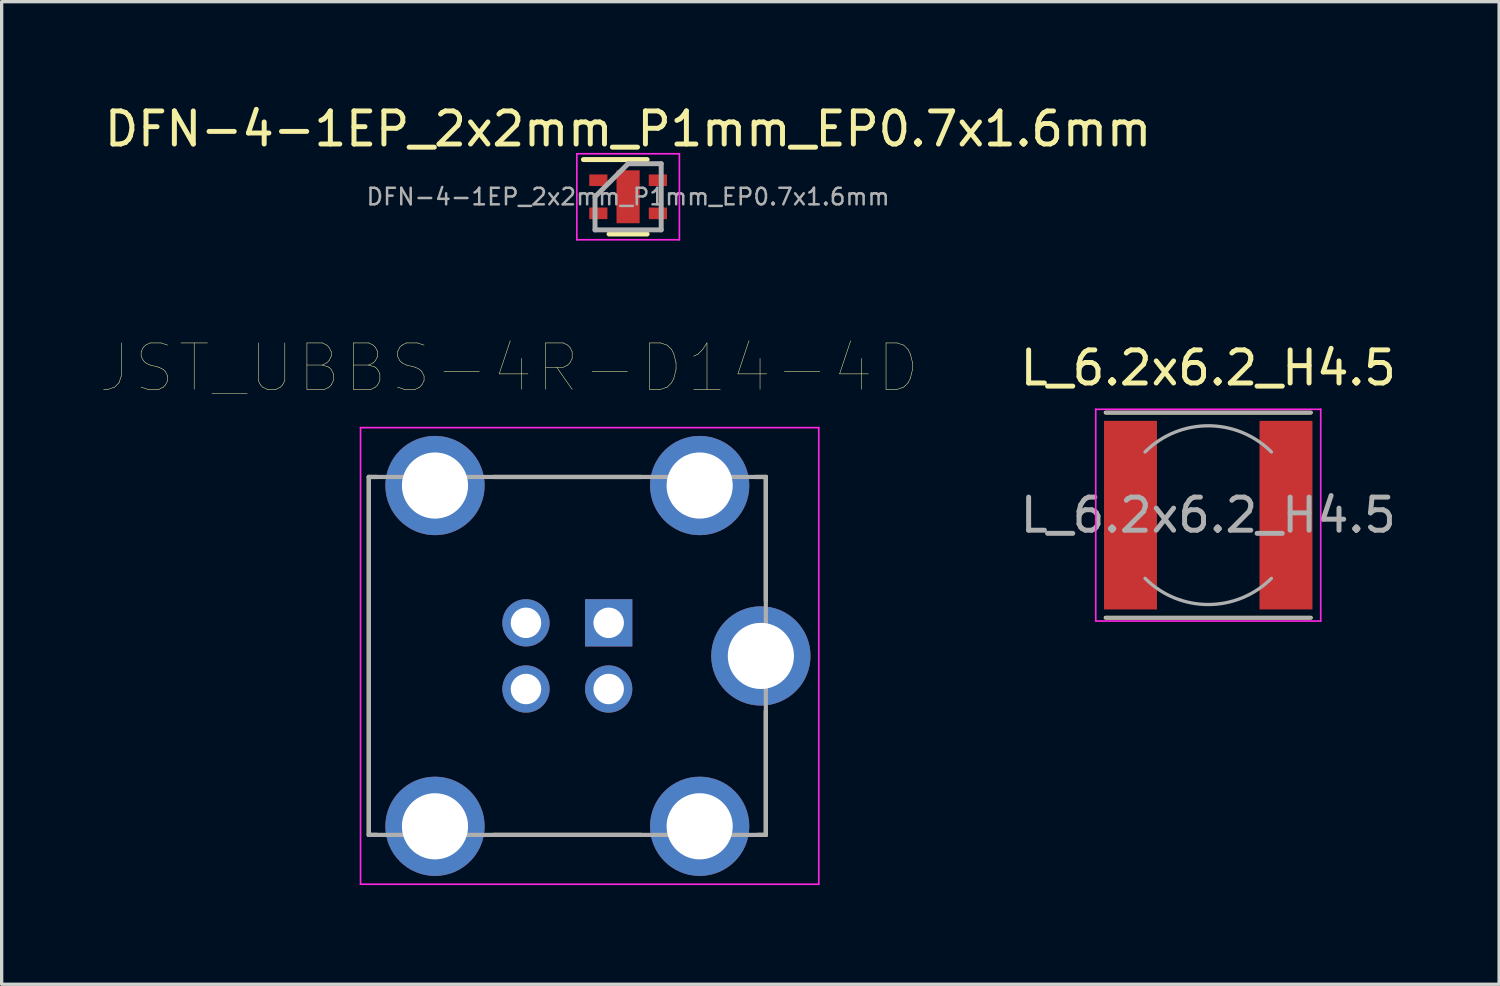
<source format=kicad_pcb>
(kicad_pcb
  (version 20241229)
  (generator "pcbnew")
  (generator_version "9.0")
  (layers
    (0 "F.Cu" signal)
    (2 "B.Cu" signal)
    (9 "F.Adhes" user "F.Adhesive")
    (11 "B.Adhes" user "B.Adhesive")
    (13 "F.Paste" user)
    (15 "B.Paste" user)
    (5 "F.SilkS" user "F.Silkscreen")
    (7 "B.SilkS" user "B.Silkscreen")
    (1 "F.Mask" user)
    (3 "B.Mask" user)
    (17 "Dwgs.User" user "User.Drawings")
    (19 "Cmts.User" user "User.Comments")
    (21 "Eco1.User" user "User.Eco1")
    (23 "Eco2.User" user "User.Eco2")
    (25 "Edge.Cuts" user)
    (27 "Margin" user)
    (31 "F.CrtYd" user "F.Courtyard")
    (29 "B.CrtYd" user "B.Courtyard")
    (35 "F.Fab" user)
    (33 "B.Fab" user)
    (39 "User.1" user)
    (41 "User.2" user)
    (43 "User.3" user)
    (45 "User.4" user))
  (footprint "JST_UBBS-4R-D14-4D"
    (layer "F.Cu")
    (at 14.098 16.776)
    (property "Reference" "JST_UBBS-4R-D14-4D" (at -1.758 -8.706 0) (layer "F.SilkS") (effects (font (size 1.403 1.403) (thickness 0.015))))
    (attr through_hole)
    (fp_line (start -6 -5.41) (end -6 5.41) (stroke (width 0.127) (type solid)) (layer "F.SilkS"))
    (fp_line (start -6 5.41) (end -5.76 5.41) (stroke (width 0.127) (type solid)) (layer "F.SilkS"))
    (fp_line (start -5.75 -5.41) (end -6 -5.41) (stroke (width 0.127) (type solid)) (layer "F.SilkS"))
    (fp_line (start -2.23 -5.41) (end 2.23 -5.41) (stroke (width 0.127) (type solid)) (layer "F.SilkS"))
    (fp_line (start 2.23 5.41) (end -2.23 5.41) (stroke (width 0.127) (type solid)) (layer "F.SilkS"))
    (fp_line (start 5.68 -5.41) (end 6 -5.41) (stroke (width 0.127) (type solid)) (layer "F.SilkS"))
    (fp_line (start 6 -5.41) (end 6 -1.67) (stroke (width 0.127) (type solid)) (layer "F.SilkS"))
    (fp_line (start 6 1.67) (end 6 5.41) (stroke (width 0.127) (type solid)) (layer "F.SilkS"))
    (fp_line (start 6 5.41) (end 5.76 5.41) (stroke (width 0.127) (type solid)) (layer "F.SilkS"))
    (fp_line (start -6.25 -6.9) (end 7.6 -6.9) (stroke (width 0.05) (type solid)) (layer "F.CrtYd"))
    (fp_line (start -6.25 6.9) (end -6.25 -6.9) (stroke (width 0.05) (type solid)) (layer "F.CrtYd"))
    (fp_line (start 7.6 -6.9) (end 7.6 6.9) (stroke (width 0.05) (type solid)) (layer "F.CrtYd"))
    (fp_line (start 7.6 6.9) (end -6.25 6.9) (stroke (width 0.05) (type solid)) (layer "F.CrtYd"))
    (fp_line (start -6 -5.41) (end 6 -5.41) (stroke (width 0.127) (type solid)) (layer "F.Fab"))
    (fp_line (start -6 5.41) (end -6 -5.41) (stroke (width 0.127) (type solid)) (layer "F.Fab"))
    (fp_line (start 6 -5.41) (end 6 5.41) (stroke (width 0.127) (type solid)) (layer "F.Fab"))
    (fp_line (start 6 5.41) (end -6 5.41) (stroke (width 0.127) (type solid)) (layer "F.Fab"))
    (pad "1" thru_hole rect (at 1.25 -1) (size 1.428 1.428) (drill 0.92) (layers "*.Cu" "*.Mask"))
    (pad "2" thru_hole circle (at -1.25 -1) (size 1.428 1.428) (drill 0.92) (layers "*.Cu" "*.Mask"))
    (pad "3" thru_hole circle (at -1.25 1) (size 1.428 1.428) (drill 0.92) (layers "*.Cu" "*.Mask"))
    (pad "4" thru_hole circle (at 1.25 1) (size 1.428 1.428) (drill 0.92) (layers "*.Cu" "*.Mask"))
    (pad "SH1" thru_hole circle (at -4 -5.15) (size 3 3) (drill 2) (layers "*.Cu" "*.Mask"))
    (pad "SH2" thru_hole circle (at -4 5.15) (size 3 3) (drill 2) (layers "*.Cu" "*.Mask"))
    (pad "SH3" thru_hole circle (at 4 5.15) (size 3 3) (drill 2) (layers "*.Cu" "*.Mask"))
    (pad "SH4" thru_hole circle (at 4 -5.15) (size 3 3) (drill 2) (layers "*.Cu" "*.Mask"))
    (pad "SH5" thru_hole circle (at 5.85 0) (size 3 3) (drill 2) (layers "*.Cu" "*.Mask")))
  (footprint "L_6.2x6.2_H4.5"
    (layer "F.Cu")
    (at 33.47 12.521)
    (property "Reference" "L_6.2x6.2_H4.5" (at 0 -4.45 0) (layer "F.SilkS") (effects (font (size 1 1) (thickness 0.15))))
    (attr smd)
    (fp_line (start -3.1 -3.1) (end 3.1 -3.1) (stroke (width 0.12) (type solid)) (layer "F.SilkS"))
    (fp_line (start 3.1 3.1) (end -3.1 3.1) (stroke (width 0.12) (type solid)) (layer "F.SilkS"))
    (fp_line (start -3.4 -3.2) (end -3.4 3.2) (stroke (width 0.05) (type solid)) (layer "F.CrtYd"))
    (fp_line (start -3.4 3.2) (end 3.4 3.2) (stroke (width 0.05) (type solid)) (layer "F.CrtYd"))
    (fp_line (start 3.4 -3.2) (end -3.4 -3.2) (stroke (width 0.05) (type solid)) (layer "F.CrtYd"))
    (fp_line (start 3.4 3.2) (end 3.4 -3.2) (stroke (width 0.05) (type solid)) (layer "F.CrtYd"))
    (fp_line (start -3.1 -3.1) (end 3.1 -3.1) (stroke (width 0.1) (type solid)) (layer "F.Fab"))
    (fp_line (start -3.1 3.1) (end 3.1 3.1) (stroke (width 0.1) (type solid)) (layer "F.Fab"))
    (fp_arc (start -1.91 -1.91) (mid 0 -2.701148) (end 1.91 -1.91) (stroke (width 0.1) (type solid)) (layer "F.Fab"))
    (fp_arc (start 1.91 1.91) (mid 0 2.701148) (end -1.91 1.91) (stroke (width 0.1) (type solid)) (layer "F.Fab"))
    (fp_text user "${REFERENCE}" (at 0 0 0) (layer "F.Fab") (effects (font (size 1 1) (thickness 0.15))))
    (pad "1" smd rect (at -2.35 0) (size 1.6 5.7) (layers "F.Cu" "F.Mask" "F.Paste"))
    (pad "2" smd rect (at 2.35 0) (size 1.6 5.7) (layers "F.Cu" "F.Mask" "F.Paste")))
  (footprint "DFN-4-1EP_2x2mm_P1mm_EP0.7x1.6mm"
    (layer "F.Cu")
    (at 15.935 2.898)
    (property "Reference" "DFN-4-1EP_2x2mm_P1mm_EP0.7x1.6mm" (at 0 -2.05 0) (layer "F.SilkS") (effects (font (size 1 1) (thickness 0.15))))
    (attr smd)
    (fp_line (start -1.35 -1.125) (end 0.575 -1.125) (stroke (width 0.15) (type solid)) (layer "F.SilkS"))
    (fp_line (start -0.575 1.125) (end 0.575 1.125) (stroke (width 0.15) (type solid)) (layer "F.SilkS"))
    (fp_line (start -1.55 -1.3) (end -1.55 1.3) (stroke (width 0.05) (type solid)) (layer "F.CrtYd"))
    (fp_line (start -1.55 -1.3) (end 1.55 -1.3) (stroke (width 0.05) (type solid)) (layer "F.CrtYd"))
    (fp_line (start -1.55 1.3) (end 1.55 1.3) (stroke (width 0.05) (type solid)) (layer "F.CrtYd"))
    (fp_line (start 1.55 -1.3) (end 1.55 1.3) (stroke (width 0.05) (type solid)) (layer "F.CrtYd"))
    (fp_line (start -1 0) (end 0 -1) (stroke (width 0.15) (type solid)) (layer "F.Fab"))
    (fp_line (start -1 1) (end -1 0) (stroke (width 0.15) (type solid)) (layer "F.Fab"))
    (fp_line (start 0 -1) (end 1 -1) (stroke (width 0.15) (type solid)) (layer "F.Fab"))
    (fp_line (start 1 -1) (end 1 1) (stroke (width 0.15) (type solid)) (layer "F.Fab"))
    (fp_line (start 1 1) (end -1 1) (stroke (width 0.15) (type solid)) (layer "F.Fab"))
    (fp_text user "${REFERENCE}" (at 0 0 0) (layer "F.Fab") (effects (font (size 0.5 0.5) (thickness 0.075))))
    (pad "" smd rect (at 0 -0.355) (size 0.5 0.56) (layers "F.Paste"))
    (pad "" smd rect (at 0 0.355) (size 0.5 0.56) (layers "F.Paste"))
    (pad "1" smd rect (at -0.9 -0.5) (size 0.55 0.35) (layers "F.Cu" "F.Mask" "F.Paste"))
    (pad "2" smd rect (at -0.9 0.5) (size 0.55 0.35) (layers "F.Cu" "F.Mask" "F.Paste"))
    (pad "3" smd rect (at 0.9 0.5) (size 0.55 0.35) (layers "F.Cu" "F.Mask" "F.Paste"))
    (pad "4" smd rect (at 0.9 -0.5) (size 0.55 0.35) (layers "F.Cu" "F.Mask" "F.Paste"))
    (pad "5" smd rect (at 0 0) (size 0.7 1.6) (layers "F.Cu" "F.Mask")))
  (gr_rect
    (start -3 -3)
    (end 42.262 26.701)
    (stroke (width 0.1) (type default))
    (fill no)
    (layer "Edge.Cuts")))
</source>
